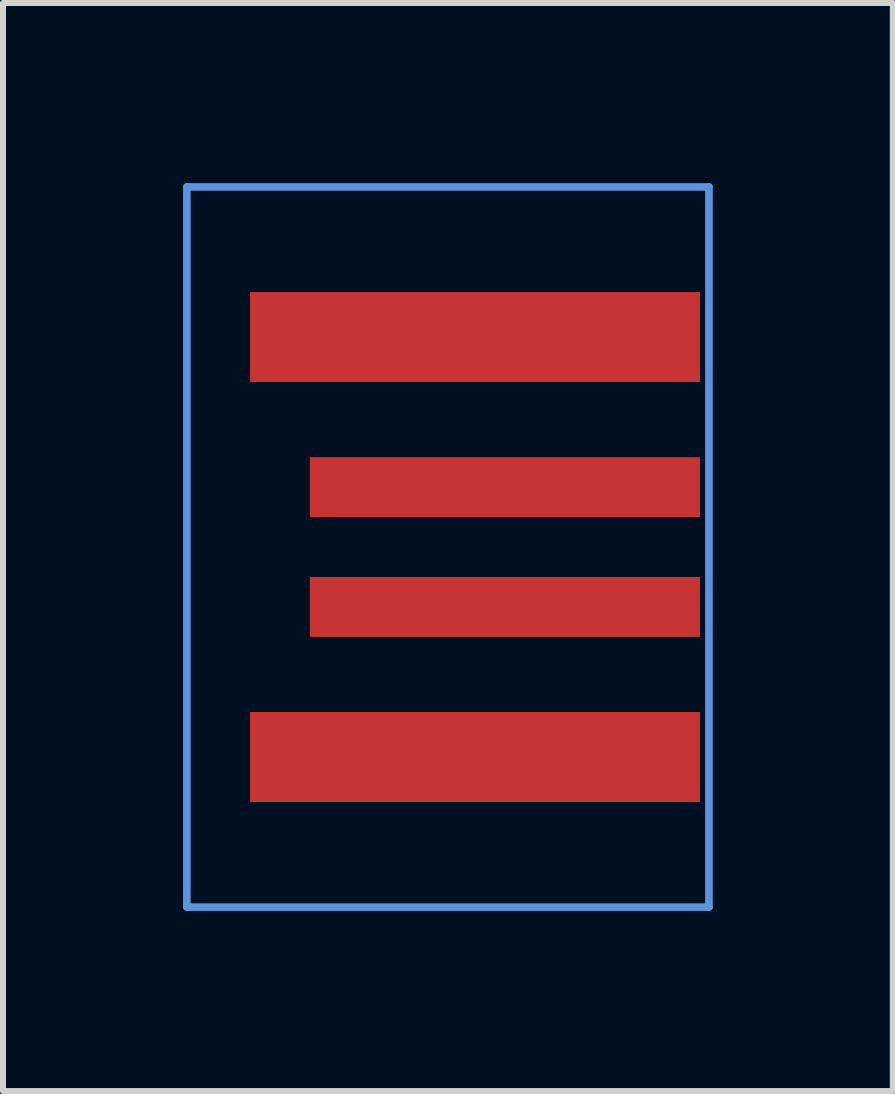
<source format=kicad_pcb>
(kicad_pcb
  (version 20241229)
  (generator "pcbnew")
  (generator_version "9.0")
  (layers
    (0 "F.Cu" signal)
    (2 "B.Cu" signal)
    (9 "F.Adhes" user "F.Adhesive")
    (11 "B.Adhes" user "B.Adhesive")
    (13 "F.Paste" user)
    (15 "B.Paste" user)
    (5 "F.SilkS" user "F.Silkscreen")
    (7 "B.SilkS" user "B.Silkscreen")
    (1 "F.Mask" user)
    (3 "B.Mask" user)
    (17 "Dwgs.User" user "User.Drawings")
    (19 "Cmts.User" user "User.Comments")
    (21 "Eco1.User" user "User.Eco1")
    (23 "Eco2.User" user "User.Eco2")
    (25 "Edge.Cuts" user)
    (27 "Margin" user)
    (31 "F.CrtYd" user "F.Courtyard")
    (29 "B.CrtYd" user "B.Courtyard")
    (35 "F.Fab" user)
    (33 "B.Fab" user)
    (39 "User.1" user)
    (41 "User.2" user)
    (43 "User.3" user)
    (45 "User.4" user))
  (footprint "USB-A-PCB"
    (layer "F.Cu")
    (at 5.062 6.063)
    (property "Reference" "USB-A-PCB" (at 0 0 0) (layer "Cmts.User") (effects (font (size 0.001 0.001) (thickness 0.000001))))
    (attr through_hole)
    (fp_line (start -4.999 -5.999) (end 3.698 -5.999) (stroke (width 0.127) (type solid)) (layer "Cmts.User"))
    (fp_line (start -4.999 5.999) (end -4.999 -5.999) (stroke (width 0.127) (type solid)) (layer "Cmts.User"))
    (fp_line (start 3.698 -5.999) (end 3.698 5.999) (stroke (width 0.127) (type solid)) (layer "Cmts.User"))
    (fp_line (start 3.698 5.999) (end -4.999 5.999) (stroke (width 0.127) (type solid)) (layer "Cmts.User"))
    (fp_text user ">Name" (at -0.457 -4.877 0) (layer "Eco1.User") (effects (font (size 0.406 0.406) (thickness 0.03))))
    (fp_text user ">Value" (at -0.051 5.283 0) (layer "Eco1.User") (effects (font (size 0.406 0.406) (thickness 0.03))))
    (pad "5V" smd rect (at -0.198 3.498) (size 7.498 1.499) (layers "F.Cu" "F.Mask" "F.Paste"))
    (pad "GND" smd rect (at -0.198 -3.498) (size 7.498 1.499) (layers "F.Cu" "F.Mask" "F.Paste"))
    (pad "USB_" smd rect (at 0.3 -0.998) (size 6.5 0.998) (layers "F.Cu" "F.Mask" "F.Paste"))
    (pad "USB_" smd rect (at 0.3 0.998) (size 6.5 0.998) (layers "F.Cu" "F.Mask" "F.Paste")))
  (gr_rect
    (start -3 -3)
    (end 11.824 15.126)
    (stroke (width 0.1) (type default))
    (fill no)
    (layer "Edge.Cuts")))
</source>
